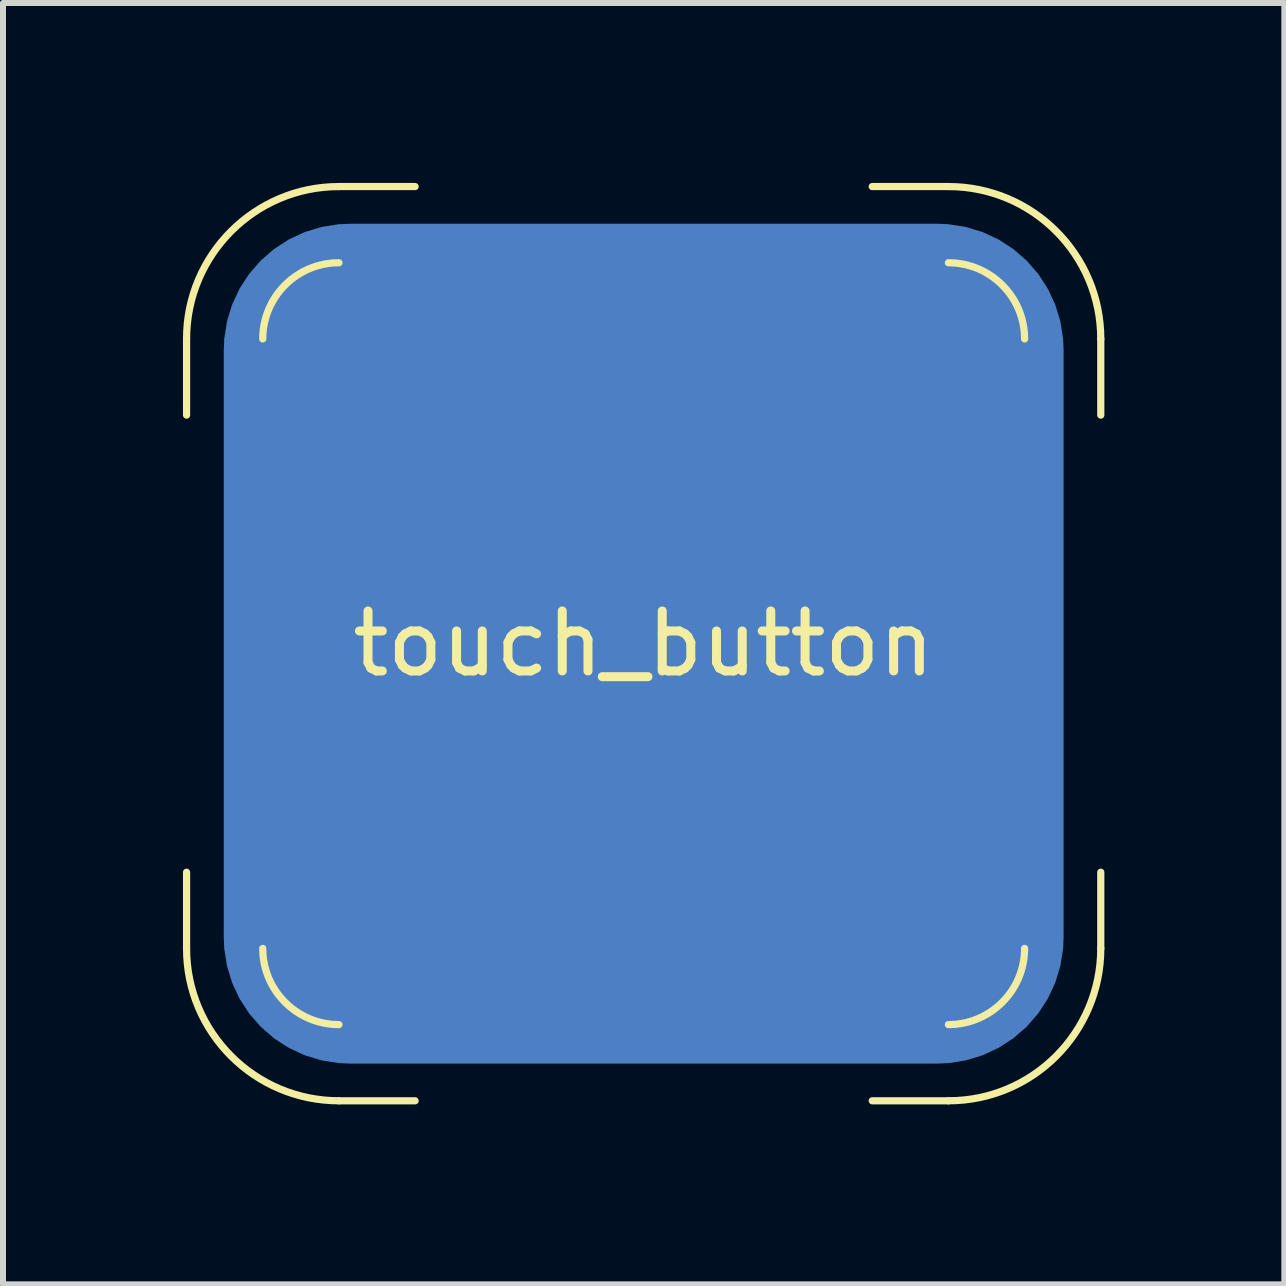
<source format=kicad_pcb>
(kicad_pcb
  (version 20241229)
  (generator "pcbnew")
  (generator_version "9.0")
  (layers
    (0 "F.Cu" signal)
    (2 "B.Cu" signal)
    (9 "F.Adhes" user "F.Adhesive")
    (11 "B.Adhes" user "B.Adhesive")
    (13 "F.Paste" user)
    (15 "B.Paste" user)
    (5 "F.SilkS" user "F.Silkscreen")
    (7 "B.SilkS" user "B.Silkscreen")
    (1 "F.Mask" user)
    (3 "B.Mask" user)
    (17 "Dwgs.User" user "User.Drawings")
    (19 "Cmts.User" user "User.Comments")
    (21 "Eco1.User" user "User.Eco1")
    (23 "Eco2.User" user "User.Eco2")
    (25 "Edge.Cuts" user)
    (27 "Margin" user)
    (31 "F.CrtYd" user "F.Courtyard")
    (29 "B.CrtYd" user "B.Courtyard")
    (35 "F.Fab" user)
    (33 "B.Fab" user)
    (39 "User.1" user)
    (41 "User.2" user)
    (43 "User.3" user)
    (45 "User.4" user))
  (footprint "touch_button"
    (layer "F.Cu")
    (at 7.68 7.68)
    (property "Reference" "touch_button" (at 0 0 0) (layer "F.SilkS") (effects (font (size 1 1) (thickness 0.15))))
    (attr through_hole)
    (fp_line (start -7.62 -5.08) (end -7.62 -3.81) (stroke (width 0.12) (type solid)) (layer "F.SilkS"))
    (fp_line (start -7.62 5.08) (end -7.62 3.81) (stroke (width 0.12) (type solid)) (layer "F.SilkS"))
    (fp_line (start -5.08 -7.62) (end -3.81 -7.62) (stroke (width 0.12) (type solid)) (layer "F.SilkS"))
    (fp_line (start -5.08 7.62) (end -3.81 7.62) (stroke (width 0.12) (type solid)) (layer "F.SilkS"))
    (fp_line (start 5.08 -7.62) (end 3.81 -7.62) (stroke (width 0.12) (type solid)) (layer "F.SilkS"))
    (fp_line (start 5.08 7.62) (end 3.81 7.62) (stroke (width 0.12) (type solid)) (layer "F.SilkS"))
    (fp_line (start 7.62 -5.08) (end 7.62 -3.81) (stroke (width 0.12) (type solid)) (layer "F.SilkS"))
    (fp_line (start 7.62 5.08) (end 7.62 3.81) (stroke (width 0.12) (type solid)) (layer "F.SilkS"))
    (fp_arc (start -7.62 -5.08) (mid -6.876051 -6.876051) (end -5.08 -7.62) (stroke (width 0.12) (type solid)) (layer "F.SilkS"))
    (fp_arc (start -6.35 -5.08) (mid -5.978026 -5.978026) (end -5.08 -6.35) (stroke (width 0.12) (type solid)) (layer "F.SilkS"))
    (fp_arc (start -5.08 6.35) (mid -5.978026 5.978026) (end -6.35 5.08) (stroke (width 0.12) (type solid)) (layer "F.SilkS"))
    (fp_arc (start -5.08 7.62) (mid -6.876051 6.876051) (end -7.62 5.08) (stroke (width 0.12) (type solid)) (layer "F.SilkS"))
    (fp_arc (start 5.08 -7.62) (mid 6.876051 -6.876051) (end 7.62 -5.08) (stroke (width 0.12) (type solid)) (layer "F.SilkS"))
    (fp_arc (start 5.08 -6.35) (mid 5.978026 -5.978026) (end 6.35 -5.08) (stroke (width 0.12) (type solid)) (layer "F.SilkS"))
    (fp_arc (start 6.35 5.08) (mid 5.978026 5.978026) (end 5.08 6.35) (stroke (width 0.12) (type solid)) (layer "F.SilkS"))
    (fp_arc (start 7.62 5.08) (mid 6.876051 6.876051) (end 5.08 7.62) (stroke (width 0.12) (type solid)) (layer "F.SilkS"))
    (pad "1" smd roundrect (at 0 0 90) (size 14 14) (layers "B.Cu") (roundrect_rratio 0.15)))
  (gr_rect
    (start -3 -3)
    (end 18.36 18.36)
    (stroke (width 0.1) (type default))
    (fill no)
    (layer "Edge.Cuts")))
</source>
